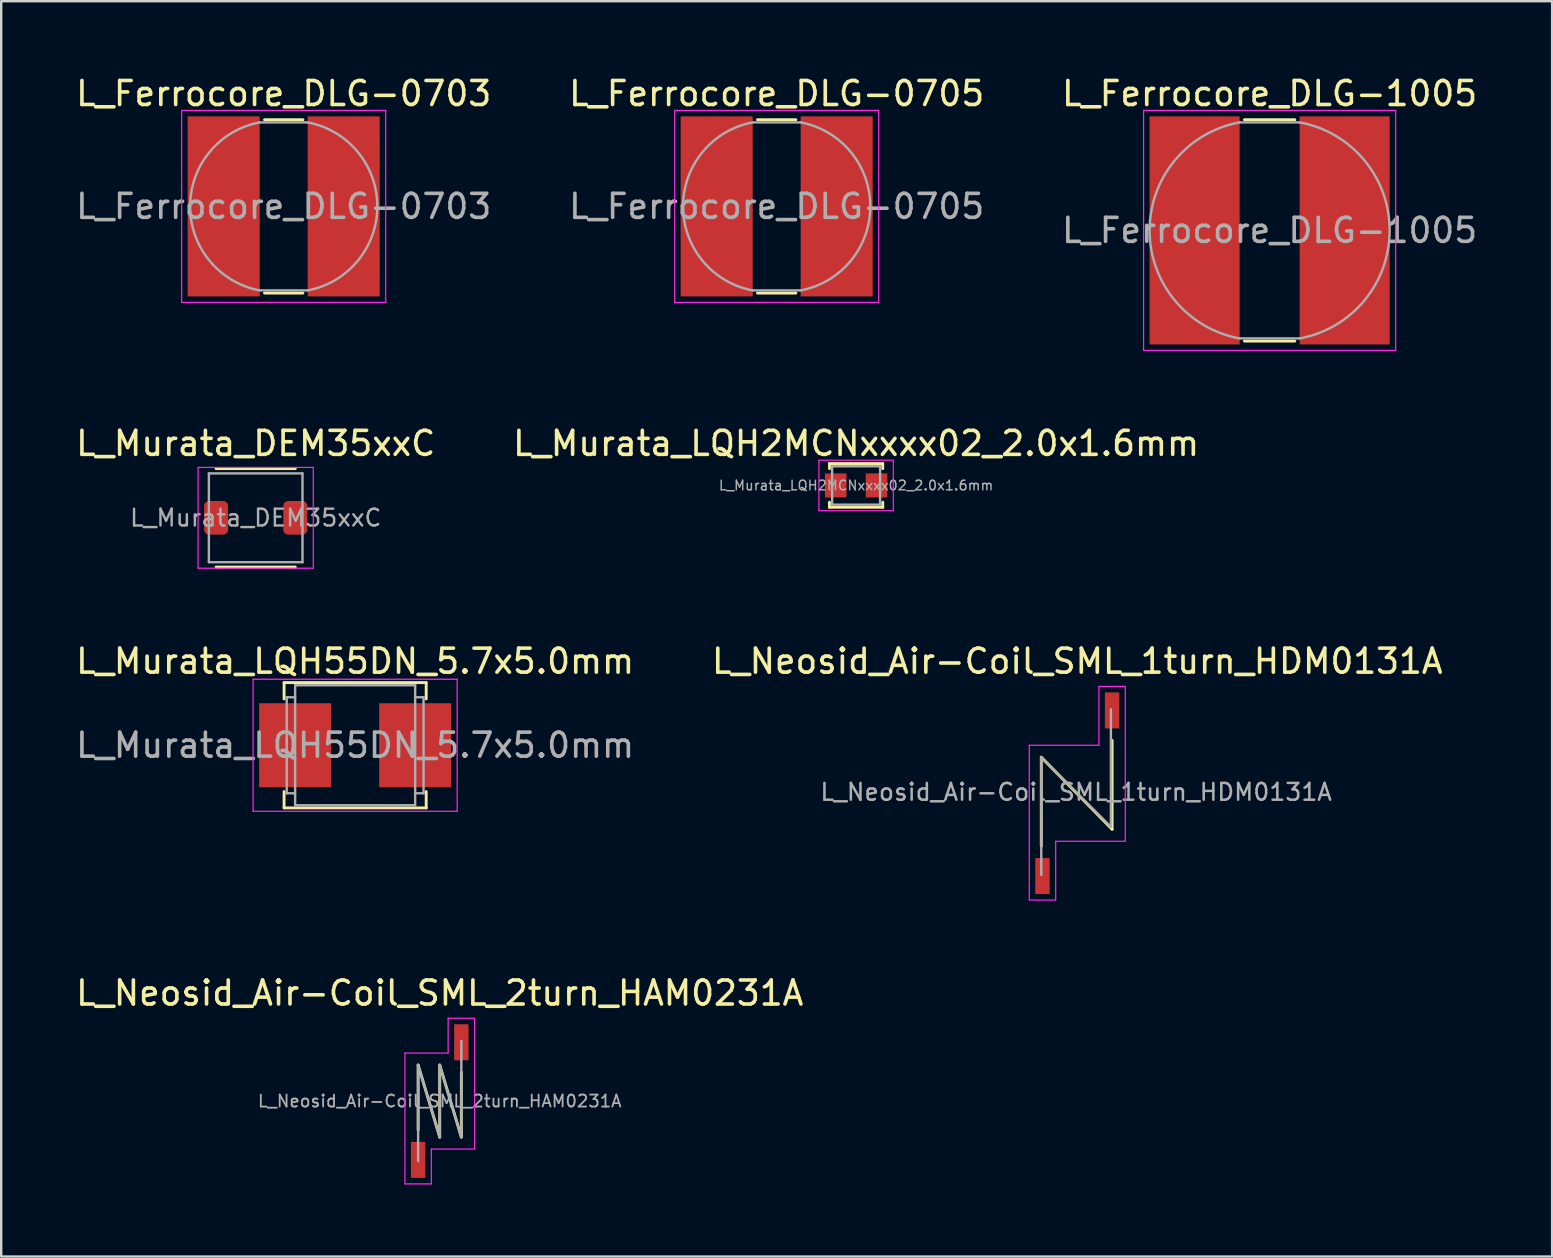
<source format=kicad_pcb>
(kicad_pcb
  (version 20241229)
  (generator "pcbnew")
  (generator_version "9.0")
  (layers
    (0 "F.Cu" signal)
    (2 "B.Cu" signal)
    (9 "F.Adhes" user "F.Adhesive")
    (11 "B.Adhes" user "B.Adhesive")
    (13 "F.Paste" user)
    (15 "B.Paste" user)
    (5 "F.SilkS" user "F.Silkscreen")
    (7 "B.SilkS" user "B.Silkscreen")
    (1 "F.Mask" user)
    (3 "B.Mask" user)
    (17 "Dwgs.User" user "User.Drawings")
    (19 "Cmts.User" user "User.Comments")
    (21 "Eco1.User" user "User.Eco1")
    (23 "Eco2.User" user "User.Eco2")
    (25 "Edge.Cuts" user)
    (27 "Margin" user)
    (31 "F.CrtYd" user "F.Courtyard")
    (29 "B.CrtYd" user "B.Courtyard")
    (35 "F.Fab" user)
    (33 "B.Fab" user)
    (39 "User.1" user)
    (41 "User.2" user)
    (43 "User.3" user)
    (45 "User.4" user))
  (footprint "L_Murata_LQH2MCNxxxx02_2.0x1.6mm"
    (layer "F.Cu")
    (at 32.613 17.172)
    (property "Reference" "L_Murata_LQH2MCNxxxx02_2.0x1.6mm" (at 0 -1.75 0) (layer "F.SilkS") (effects (font (size 1 1) (thickness 0.15))))
    (attr smd)
    (fp_line (start -1.11 -0.91) (end 1.11 -0.91) (stroke (width 0.12) (type solid)) (layer "F.SilkS"))
    (fp_line (start -1.11 -0.7) (end -1.11 -0.91) (stroke (width 0.12) (type solid)) (layer "F.SilkS"))
    (fp_line (start -1.11 0.91) (end -1.11 0.7) (stroke (width 0.12) (type solid)) (layer "F.SilkS"))
    (fp_line (start 1.11 -0.7) (end 1.11 -0.91) (stroke (width 0.12) (type solid)) (layer "F.SilkS"))
    (fp_line (start 1.11 0.7) (end 1.11 0.91) (stroke (width 0.12) (type solid)) (layer "F.SilkS"))
    (fp_line (start 1.11 0.91) (end -1.11 0.91) (stroke (width 0.12) (type solid)) (layer "F.SilkS"))
    (fp_line (start -1.55 -1.05) (end 1.55 -1.05) (stroke (width 0.05) (type solid)) (layer "F.CrtYd"))
    (fp_line (start -1.55 1.05) (end -1.55 -1.05) (stroke (width 0.05) (type solid)) (layer "F.CrtYd"))
    (fp_line (start 1.55 -1.05) (end 1.55 1.05) (stroke (width 0.05) (type solid)) (layer "F.CrtYd"))
    (fp_line (start 1.55 1.05) (end -1.55 1.05) (stroke (width 0.05) (type solid)) (layer "F.CrtYd"))
    (fp_line (start -1 -0.8) (end 1 -0.8) (stroke (width 0.1) (type solid)) (layer "F.Fab"))
    (fp_line (start -1 0.8) (end -1 -0.8) (stroke (width 0.1) (type solid)) (layer "F.Fab"))
    (fp_line (start 1 -0.8) (end 1 0.8) (stroke (width 0.1) (type solid)) (layer "F.Fab"))
    (fp_line (start 1 0.8) (end -1 0.8) (stroke (width 0.1) (type solid)) (layer "F.Fab"))
    (fp_text user "${REFERENCE}" (at 0 0 0) (layer "F.Fab") (effects (font (size 0.4 0.4) (thickness 0.06))))
    (pad "1" smd rect (at -0.85 0) (size 0.9 1) (layers "F.Cu" "F.Mask" "F.Paste"))
    (pad "2" smd rect (at 0.85 0) (size 0.9 1) (layers "F.Cu" "F.Mask" "F.Paste")))
  (footprint "L_Ferrocore_DLG-0703"
    (layer "F.Cu")
    (at 8.768 5.548)
    (property "Reference" "L_Ferrocore_DLG-0703" (at 0 -4.7 0) (layer "F.SilkS") (effects (font (size 1 1) (thickness 0.15))))
    (attr smd)
    (fp_line (start -0.8 -3.61) (end 0.8 -3.61) (stroke (width 0.12) (type solid)) (layer "F.SilkS"))
    (fp_line (start -0.8 3.61) (end 0.8 3.61) (stroke (width 0.12) (type solid)) (layer "F.SilkS"))
    (fp_line (start -4.25 -4) (end -4.25 4) (stroke (width 0.05) (type solid)) (layer "F.CrtYd"))
    (fp_line (start -4.25 4) (end 4.25 4) (stroke (width 0.05) (type solid)) (layer "F.CrtYd"))
    (fp_line (start 4.25 -4) (end -4.25 -4) (stroke (width 0.05) (type solid)) (layer "F.CrtYd"))
    (fp_line (start 4.25 4) (end 4.25 -4) (stroke (width 0.05) (type solid)) (layer "F.CrtYd"))
    (fp_line (start -1 -3.5) (end 1 -3.5) (stroke (width 0.1) (type solid)) (layer "F.Fab"))
    (fp_line (start -1 3.5) (end 1 3.5) (stroke (width 0.1) (type solid)) (layer "F.Fab"))
    (fp_arc (start -1 3.5) (mid -3.9 0) (end -1 -3.5) (stroke (width 0.1) (type solid)) (layer "F.Fab"))
    (fp_arc (start 1 -3.5) (mid 3.9 0) (end 1 3.5) (stroke (width 0.1) (type solid)) (layer "F.Fab"))
    (fp_text user "${REFERENCE}" (at 0 0 0) (layer "F.Fab") (effects (font (size 1 1) (thickness 0.15))))
    (pad "1" smd rect (at -2.5 0) (size 3 7.5) (layers "F.Cu" "F.Mask" "F.Paste"))
    (pad "2" smd rect (at 2.5 0) (size 3 7.5) (layers "F.Cu" "F.Mask" "F.Paste")))
  (footprint "L_Ferrocore_DLG-0705"
    (layer "F.Cu")
    (at 29.304 5.548)
    (property "Reference" "L_Ferrocore_DLG-0705" (at 0 -4.7 0) (layer "F.SilkS") (effects (font (size 1 1) (thickness 0.15))))
    (attr smd)
    (fp_line (start -0.8 -3.61) (end 0.8 -3.61) (stroke (width 0.12) (type solid)) (layer "F.SilkS"))
    (fp_line (start -0.8 3.61) (end 0.8 3.61) (stroke (width 0.12) (type solid)) (layer "F.SilkS"))
    (fp_line (start -4.25 -4) (end -4.25 4) (stroke (width 0.05) (type solid)) (layer "F.CrtYd"))
    (fp_line (start -4.25 4) (end 4.25 4) (stroke (width 0.05) (type solid)) (layer "F.CrtYd"))
    (fp_line (start 4.25 -4) (end -4.25 -4) (stroke (width 0.05) (type solid)) (layer "F.CrtYd"))
    (fp_line (start 4.25 4) (end 4.25 -4) (stroke (width 0.05) (type solid)) (layer "F.CrtYd"))
    (fp_line (start -1 -3.5) (end 1 -3.5) (stroke (width 0.1) (type solid)) (layer "F.Fab"))
    (fp_line (start -1 3.5) (end 1 3.5) (stroke (width 0.1) (type solid)) (layer "F.Fab"))
    (fp_arc (start -1 3.5) (mid -3.9 0) (end -1 -3.5) (stroke (width 0.1) (type solid)) (layer "F.Fab"))
    (fp_arc (start 1 -3.5) (mid 3.9 0) (end 1 3.5) (stroke (width 0.1) (type solid)) (layer "F.Fab"))
    (fp_text user "${REFERENCE}" (at 0 0 0) (layer "F.Fab") (effects (font (size 1 1) (thickness 0.15))))
    (pad "1" smd rect (at -2.5 0) (size 3 7.5) (layers "F.Cu" "F.Mask" "F.Paste"))
    (pad "2" smd rect (at 2.5 0) (size 3 7.5) (layers "F.Cu" "F.Mask" "F.Paste")))
  (footprint "L_Murata_LQH55DN_5.7x5.0mm"
    (layer "F.Cu")
    (at 11.744 27.995)
    (property "Reference" "L_Murata_LQH55DN_5.7x5.0mm" (at 0 -3.5 0) (layer "F.SilkS") (effects (font (size 1 1) (thickness 0.15))))
    (attr smd)
    (fp_line (start -2.96 -2.61) (end -2.96 -1.93) (stroke (width 0.12) (type solid)) (layer "F.SilkS"))
    (fp_line (start -2.96 -2.61) (end 2.96 -2.61) (stroke (width 0.12) (type solid)) (layer "F.SilkS"))
    (fp_line (start -2.96 1.93) (end -2.96 2.61) (stroke (width 0.12) (type solid)) (layer "F.SilkS"))
    (fp_line (start -2.96 2.61) (end 2.96 2.61) (stroke (width 0.12) (type solid)) (layer "F.SilkS"))
    (fp_line (start 2.96 -2.61) (end 2.96 -1.93) (stroke (width 0.12) (type solid)) (layer "F.SilkS"))
    (fp_line (start 2.96 1.93) (end 2.96 2.61) (stroke (width 0.12) (type solid)) (layer "F.SilkS"))
    (fp_line (start -4.25 -2.75) (end -4.25 2.75) (stroke (width 0.05) (type solid)) (layer "F.CrtYd"))
    (fp_line (start -4.25 2.75) (end 4.25 2.75) (stroke (width 0.05) (type solid)) (layer "F.CrtYd"))
    (fp_line (start 4.25 -2.75) (end -4.25 -2.75) (stroke (width 0.05) (type solid)) (layer "F.CrtYd"))
    (fp_line (start 4.25 2.75) (end 4.25 -2.75) (stroke (width 0.05) (type solid)) (layer "F.CrtYd"))
    (fp_line (start -2.85 -2) (end -2.85 2) (stroke (width 0.1) (type solid)) (layer "F.Fab"))
    (fp_line (start -2.85 -2) (end -2.5 -2) (stroke (width 0.1) (type solid)) (layer "F.Fab"))
    (fp_line (start -2.85 2) (end -2.5 2) (stroke (width 0.1) (type solid)) (layer "F.Fab"))
    (fp_line (start -2.5 -2.5) (end -2.5 2.5) (stroke (width 0.1) (type solid)) (layer "F.Fab"))
    (fp_line (start -2.5 -2.5) (end 2.5 -2.5) (stroke (width 0.1) (type solid)) (layer "F.Fab"))
    (fp_line (start -2.5 2.5) (end 2.5 2.5) (stroke (width 0.1) (type solid)) (layer "F.Fab"))
    (fp_line (start 2.5 -2.5) (end 2.5 2.5) (stroke (width 0.1) (type solid)) (layer "F.Fab"))
    (fp_line (start 2.85 -2) (end 2.5 -2) (stroke (width 0.1) (type solid)) (layer "F.Fab"))
    (fp_line (start 2.85 -2) (end 2.85 2) (stroke (width 0.1) (type solid)) (layer "F.Fab"))
    (fp_line (start 2.85 2) (end 2.5 2) (stroke (width 0.1) (type solid)) (layer "F.Fab"))
    (fp_text user "${REFERENCE}" (at 0 0 0) (layer "F.Fab") (effects (font (size 1 1) (thickness 0.15))))
    (pad "1" smd rect (at -2.5 0) (size 3 3.5) (layers "F.Cu" "F.Mask" "F.Paste"))
    (pad "2" smd rect (at 2.5 0) (size 3 3.5) (layers "F.Cu" "F.Mask" "F.Paste")))
  (footprint "L_Neosid_Air-Coil_SML_2turn_HAM0231A"
    (layer "F.Cu")
    (at 15.268 42.818)
    (property "Reference" "L_Neosid_Air-Coil_SML_2turn_HAM0231A" (at 0 -4.5 0) (layer "F.SilkS") (effects (font (size 1 1) (thickness 0.15))))
    (attr smd)
    (fp_line (start -0.9 -1.5) (end 0 1.5) (stroke (width 0.12) (type solid)) (layer "F.SilkS"))
    (fp_line (start -0.9 1.2) (end -0.9 -1.5) (stroke (width 0.12) (type solid)) (layer "F.SilkS"))
    (fp_line (start 0 -1.5) (end 0.9 1.5) (stroke (width 0.12) (type solid)) (layer "F.SilkS"))
    (fp_line (start 0 1.5) (end 0 -1.5) (stroke (width 0.12) (type solid)) (layer "F.SilkS"))
    (fp_line (start 0.9 -1.2) (end 0.9 1.5) (stroke (width 0.12) (type solid)) (layer "F.SilkS"))
    (fp_line (start -1.45 -2) (end -1.45 3.45) (stroke (width 0.05) (type solid)) (layer "F.CrtYd"))
    (fp_line (start -1.45 3.45) (end -0.35 3.45) (stroke (width 0.05) (type solid)) (layer "F.CrtYd"))
    (fp_line (start -0.35 2) (end 1.45 2) (stroke (width 0.05) (type solid)) (layer "F.CrtYd"))
    (fp_line (start -0.35 3.45) (end -0.35 2) (stroke (width 0.05) (type solid)) (layer "F.CrtYd"))
    (fp_line (start 0.35 -3.45) (end 0.35 -2) (stroke (width 0.05) (type solid)) (layer "F.CrtYd"))
    (fp_line (start 0.35 -2) (end -1.45 -2) (stroke (width 0.05) (type solid)) (layer "F.CrtYd"))
    (fp_line (start 1.45 -3.45) (end 0.35 -3.45) (stroke (width 0.05) (type solid)) (layer "F.CrtYd"))
    (fp_line (start 1.45 2) (end 1.45 -3.45) (stroke (width 0.05) (type solid)) (layer "F.CrtYd"))
    (fp_line (start -0.9 -1.5) (end 0 1.5) (stroke (width 0.1) (type solid)) (layer "F.Fab"))
    (fp_line (start -0.9 2.5) (end -0.9 -1.5) (stroke (width 0.1) (type solid)) (layer "F.Fab"))
    (fp_line (start 0 -1.5) (end 0.9 1.5) (stroke (width 0.1) (type solid)) (layer "F.Fab"))
    (fp_line (start 0 1.5) (end 0 -1.5) (stroke (width 0.1) (type solid)) (layer "F.Fab"))
    (fp_line (start 0.9 1.5) (end 0.9 -2.5) (stroke (width 0.1) (type solid)) (layer "F.Fab"))
    (fp_text user "${REFERENCE}" (at 0 0 0) (layer "F.Fab") (effects (font (size 0.5 0.5) (thickness 0.075))))
    (pad "1" smd rect (at -0.9 2.45) (size 0.6 1.5) (layers "F.Cu" "F.Mask" "F.Paste"))
    (pad "2" smd rect (at 0.9 -2.45) (size 0.6 1.5) (layers "F.Cu" "F.Mask" "F.Paste")))
  (footprint "L_Neosid_Air-Coil_SML_1turn_HDM0131A"
    (layer "F.Cu")
    (at 41.827 29.995)
    (property "Reference" "L_Neosid_Air-Coil_SML_1turn_HDM0131A" (at 0 -5.5 0) (layer "F.SilkS") (effects (font (size 1 1) (thickness 0.15))))
    (attr smd)
    (fp_line (start -1.5 -1.5) (end -1.5 2.2) (stroke (width 0.12) (type solid)) (layer "F.SilkS"))
    (fp_line (start -1.5 -1.5) (end 1.45 1.5) (stroke (width 0.12) (type solid)) (layer "F.SilkS"))
    (fp_line (start 1.45 1.5) (end 1.45 -2.2) (stroke (width 0.12) (type solid)) (layer "F.SilkS"))
    (fp_line (start -2 -2) (end -2 4.45) (stroke (width 0.05) (type solid)) (layer "F.CrtYd"))
    (fp_line (start -2 4.45) (end -0.9 4.45) (stroke (width 0.05) (type solid)) (layer "F.CrtYd"))
    (fp_line (start -0.9 2) (end 2 2) (stroke (width 0.05) (type solid)) (layer "F.CrtYd"))
    (fp_line (start -0.9 4.45) (end -0.9 2) (stroke (width 0.05) (type solid)) (layer "F.CrtYd"))
    (fp_line (start 0.9 -4.45) (end 0.9 -2) (stroke (width 0.05) (type solid)) (layer "F.CrtYd"))
    (fp_line (start 0.9 -2) (end -2 -2) (stroke (width 0.05) (type solid)) (layer "F.CrtYd"))
    (fp_line (start 2 -4.45) (end 0.9 -4.45) (stroke (width 0.05) (type solid)) (layer "F.CrtYd"))
    (fp_line (start 2 2) (end 2 -4.45) (stroke (width 0.05) (type solid)) (layer "F.CrtYd"))
    (fp_line (start -1.5 -1.5) (end 1.4 1.4) (stroke (width 0.1) (type solid)) (layer "F.Fab"))
    (fp_line (start -1.5 3.4) (end -1.5 -1.5) (stroke (width 0.1) (type solid)) (layer "F.Fab"))
    (fp_line (start 1.4 1.4) (end 1.4 -3.5) (stroke (width 0.1) (type solid)) (layer "F.Fab"))
    (fp_text user "${REFERENCE}" (at -0.05 -0.05 0) (layer "F.Fab") (effects (font (size 0.7 0.7) (thickness 0.105))))
    (pad "1" smd rect (at -1.45 3.45) (size 0.6 1.5) (layers "F.Cu" "F.Mask" "F.Paste"))
    (pad "2" smd rect (at 1.45 -3.45) (size 0.6 1.5) (layers "F.Cu" "F.Mask" "F.Paste")))
  (footprint "L_Ferrocore_DLG-1005"
    (layer "F.Cu")
    (at 49.839 6.548)
    (property "Reference" "L_Ferrocore_DLG-1005" (at 0 -5.7 0) (layer "F.SilkS") (effects (font (size 1 1) (thickness 0.15))))
    (attr smd)
    (fp_line (start -1.05 -4.61) (end 1.05 -4.61) (stroke (width 0.12) (type solid)) (layer "F.SilkS"))
    (fp_line (start -1.05 4.61) (end 1.05 4.61) (stroke (width 0.12) (type solid)) (layer "F.SilkS"))
    (fp_line (start -5.25 -5) (end -5.25 5) (stroke (width 0.05) (type solid)) (layer "F.CrtYd"))
    (fp_line (start -5.25 5) (end 5.25 5) (stroke (width 0.05) (type solid)) (layer "F.CrtYd"))
    (fp_line (start 5.25 -5) (end -5.25 -5) (stroke (width 0.05) (type solid)) (layer "F.CrtYd"))
    (fp_line (start 5.25 5) (end 5.25 -5) (stroke (width 0.05) (type solid)) (layer "F.CrtYd"))
    (fp_line (start -1.25 -4.5) (end 1.25 -4.5) (stroke (width 0.1) (type solid)) (layer "F.Fab"))
    (fp_line (start -1.25 4.5) (end 1.25 4.5) (stroke (width 0.1) (type solid)) (layer "F.Fab"))
    (fp_arc (start -1.25 4.5) (mid -5 0) (end -1.25 -4.5) (stroke (width 0.1) (type solid)) (layer "F.Fab"))
    (fp_arc (start 1.25 -4.5) (mid 5 0) (end 1.25 4.5) (stroke (width 0.1) (type solid)) (layer "F.Fab"))
    (fp_text user "${REFERENCE}" (at 0 0 0) (layer "F.Fab") (effects (font (size 1 1) (thickness 0.15))))
    (pad "1" smd rect (at -3.125 0) (size 3.75 9.5) (layers "F.Cu" "F.Mask" "F.Paste"))
    (pad "2" smd rect (at 3.125 0) (size 3.75 9.5) (layers "F.Cu" "F.Mask" "F.Paste")))
  (footprint "L_Murata_DEM35xxC"
    (layer "F.Cu")
    (at 7.601 18.521)
    (property "Reference" "L_Murata_DEM35xxC" (at 0 -3.1 0) (layer "F.SilkS") (effects (font (size 1 1) (thickness 0.15))))
    (attr smd)
    (fp_line (start -1.65 -2.05) (end 1.65 -2.05) (stroke (width 0.12) (type solid)) (layer "F.SilkS"))
    (fp_line (start -1.65 2.05) (end 1.65 2.05) (stroke (width 0.12) (type solid)) (layer "F.SilkS"))
    (fp_line (start -2.4 -2.1) (end -2.4 2.1) (stroke (width 0.05) (type solid)) (layer "F.CrtYd"))
    (fp_line (start -2.4 2.1) (end 2.4 2.1) (stroke (width 0.05) (type solid)) (layer "F.CrtYd"))
    (fp_line (start 2.4 -2.1) (end -2.4 -2.1) (stroke (width 0.05) (type solid)) (layer "F.CrtYd"))
    (fp_line (start 2.4 2.1) (end 2.4 -2.1) (stroke (width 0.05) (type solid)) (layer "F.CrtYd"))
    (fp_line (start -1.95 -1.85) (end 1.95 -1.85) (stroke (width 0.1) (type solid)) (layer "F.Fab"))
    (fp_line (start -1.95 1.85) (end -1.95 -1.85) (stroke (width 0.1) (type solid)) (layer "F.Fab"))
    (fp_line (start 1.95 -1.85) (end 1.95 1.85) (stroke (width 0.1) (type solid)) (layer "F.Fab"))
    (fp_line (start 1.95 1.85) (end -1.95 1.85) (stroke (width 0.1) (type solid)) (layer "F.Fab"))
    (fp_text user "${REFERENCE}" (at 0 0 0) (layer "F.Fab") (effects (font (size 0.7 0.7) (thickness 0.1))))
    (pad "1" smd roundrect (at -1.65 0) (size 1 1.4) (layers "F.Cu" "F.Mask" "F.Paste") (roundrect_rratio 0.2))
    (pad "2" smd roundrect (at 1.65 0) (size 1 1.4) (layers "F.Cu" "F.Mask" "F.Paste") (roundrect_rratio 0.2)))
  (gr_rect
    (start -3 -3)
    (end 61.607 49.293)
    (stroke (width 0.1) (type default))
    (fill no)
    (layer "Edge.Cuts")))
</source>
